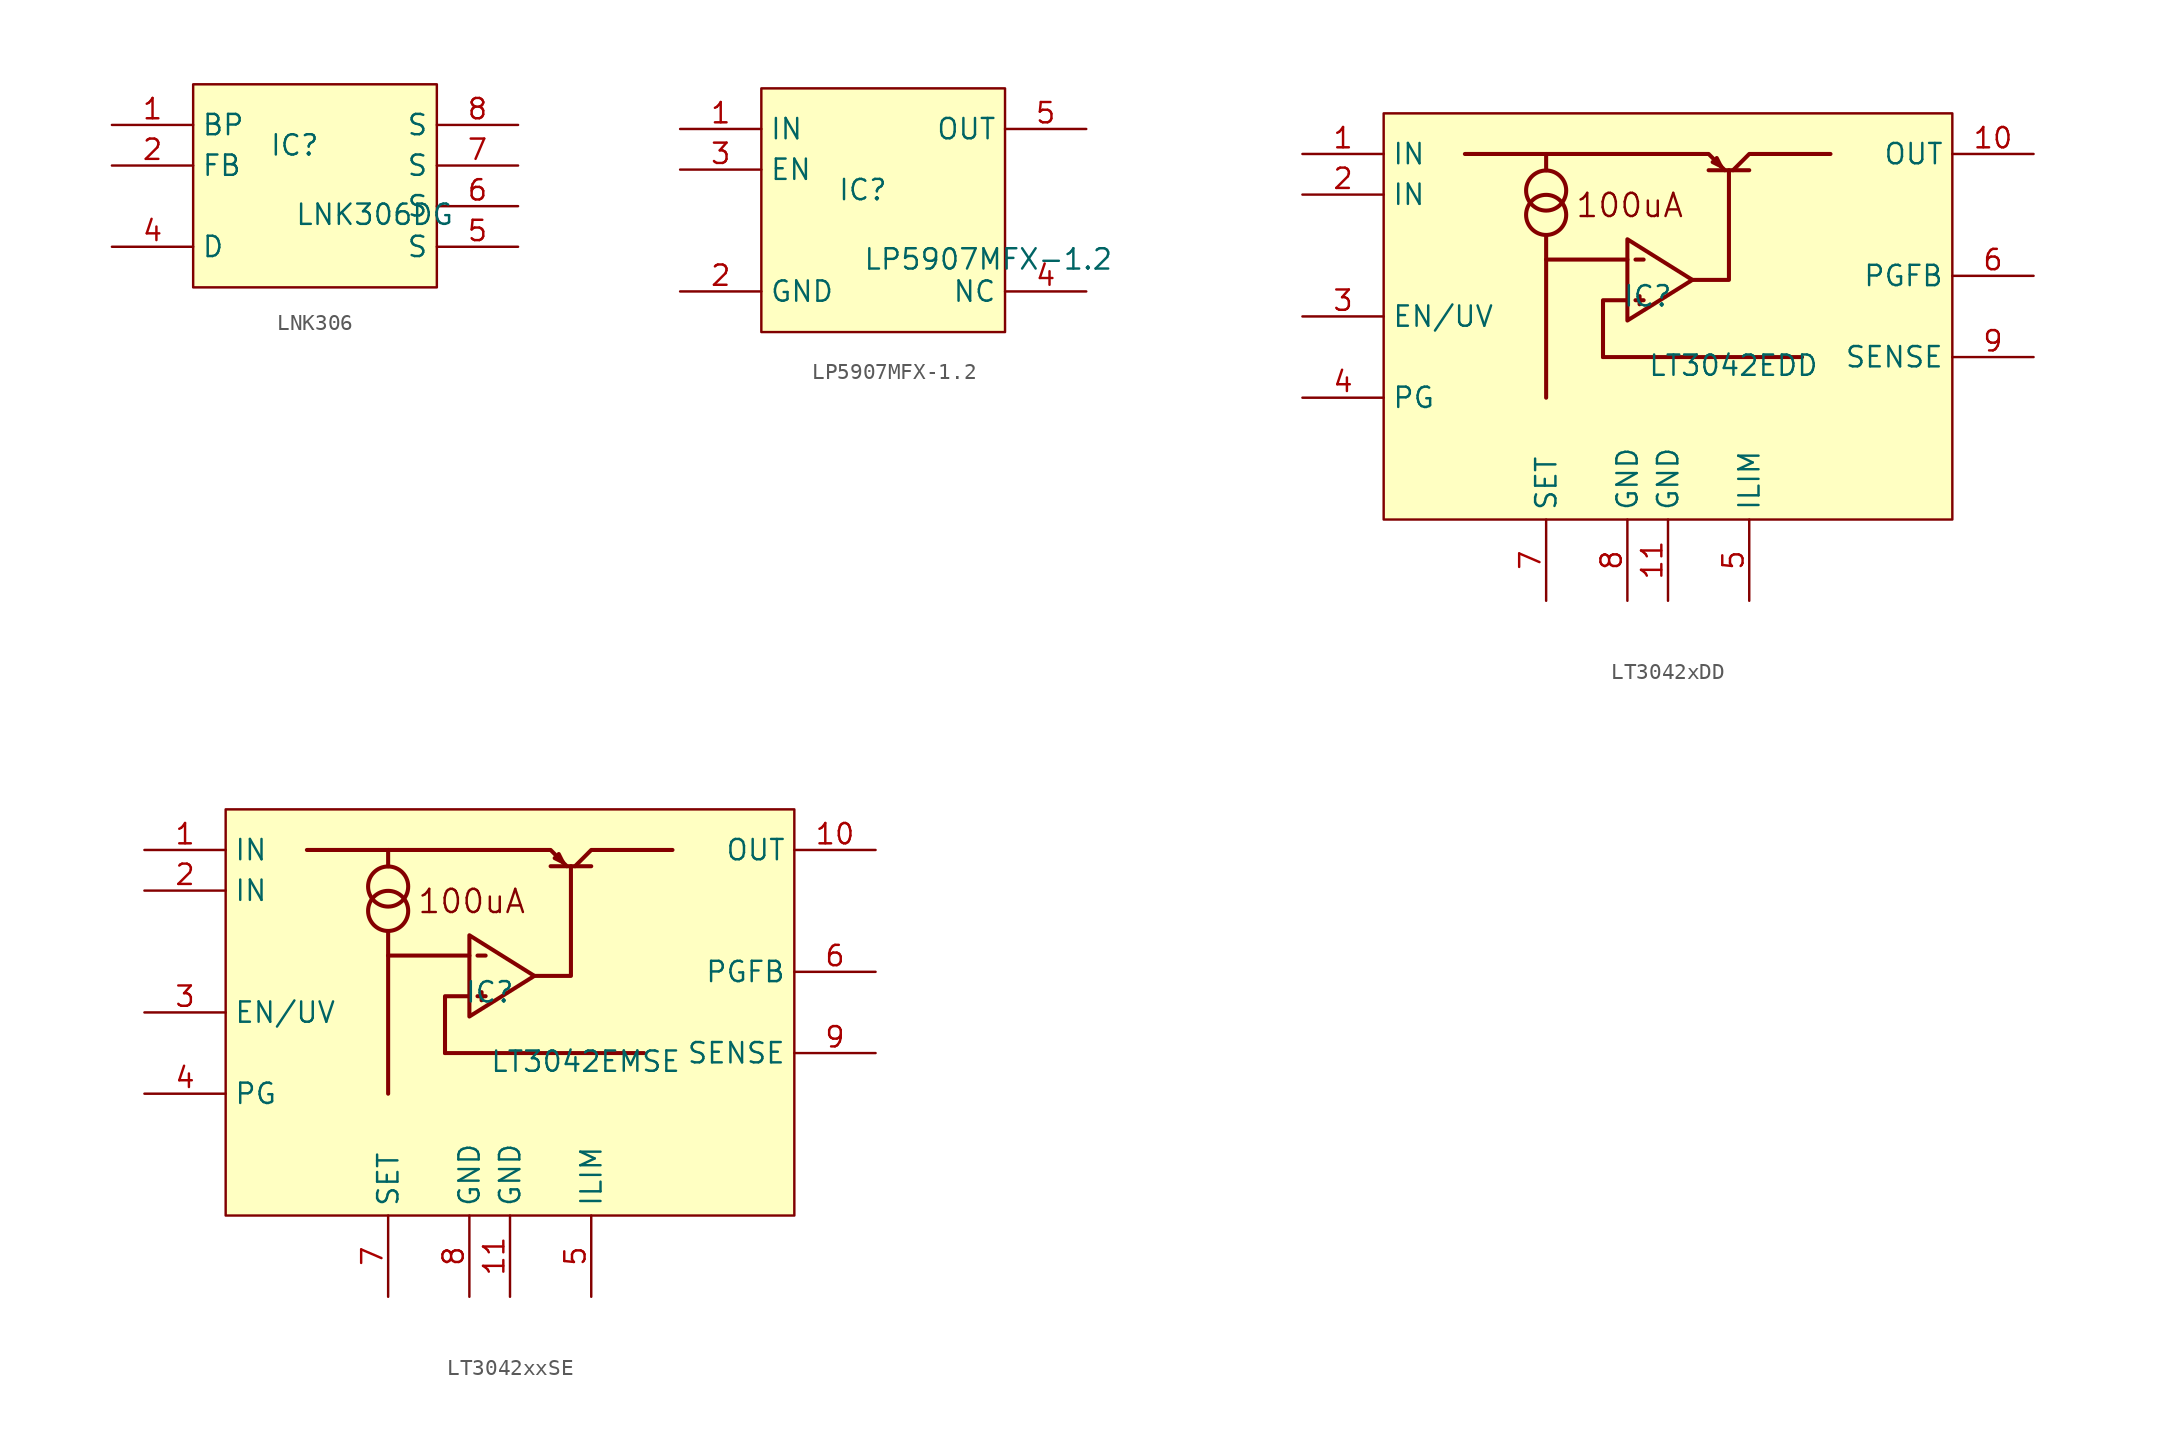
<source format=kicad_sym>
(kicad_symbol_lib
  (version 20231120)
  (generator "kicad_symbol_editor")
  (generator_version "8.0")
  (symbol "LNK306"
    (property "Reference" "IC"
      (at -1.27 1.27 0)
      (effects (font (size 1.27 1.27))))
    (property "Value" "LNK306DG"
      (at -1.27 -3.81 0)
      (effects (font (size 1.27 1.27)) (justify left bottom)))
    (symbol "LNK306_1_0"
      (rectangle (start -7.62 5.08) (end 7.62 -7.62) (stroke (width 0) (type solid) (color 128 0 0 1)) (fill (type background)))
      (pin passive line (at -12.7 2.54 0) (length 5.08) (name "BP" (effects (font (size 1.27 1.27)))) (number "1" (effects (font (size 1.27 1.27)))))
      (pin passive line (at -12.7 0 0) (length 5.08) (name "FB" (effects (font (size 1.27 1.27)))) (number "2" (effects (font (size 1.27 1.27)))))
      (pin passive line (at -12.7 -5.08 0) (length 5.08) (name "D" (effects (font (size 1.27 1.27)))) (number "4" (effects (font (size 1.27 1.27)))))
      (pin passive line (at 12.7 -5.08 180) (length 5.08) (name "S" (effects (font (size 1.27 1.27)))) (number "5" (effects (font (size 1.27 1.27)))))
      (pin passive line (at 12.7 -2.54 180) (length 5.08) (name "S" (effects (font (size 1.27 1.27)))) (number "6" (effects (font (size 1.27 1.27)))))
      (pin passive line (at 12.7 0 180) (length 5.08) (name "S" (effects (font (size 1.27 1.27)))) (number "7" (effects (font (size 1.27 1.27)))))
      (pin passive line (at 12.7 2.54 180) (length 5.08) (name "S" (effects (font (size 1.27 1.27)))) (number "8" (effects (font (size 1.27 1.27)))))))
  (symbol "LP5907MFX-1.2"
    (property "Reference" "IC"
      (at -1.27 1.27 0)
      (effects (font (size 1.27 1.27))))
    (property "Value" "LP5907MFX-1.2"
      (at -1.27 -3.81 0)
      (effects (font (size 1.27 1.27)) (justify left bottom)))
    (symbol "LP5907MFX-1.2_1_0"
      (rectangle (start -7.62 7.62) (end 7.62 -7.62) (stroke (width 0) (type solid) (color 128 0 0 1)) (fill (type background)))
      (pin passive line (at -12.7 5.08 0) (length 5.08) (name "IN" (effects (font (size 1.27 1.27)))) (number "1" (effects (font (size 1.27 1.27)))))
      (pin passive line (at -12.7 -5.08 0) (length 5.08) (name "GND" (effects (font (size 1.27 1.27)))) (number "2" (effects (font (size 1.27 1.27)))))
      (pin passive line (at -12.7 2.54 0) (length 5.08) (name "EN" (effects (font (size 1.27 1.27)))) (number "3" (effects (font (size 1.27 1.27)))))
      (pin passive line (at 12.7 -5.08 180) (length 5.08) (name "NC" (effects (font (size 1.27 1.27)))) (number "4" (effects (font (size 1.27 1.27)))))
      (pin passive line (at 12.7 5.08 180) (length 5.08) (name "OUT" (effects (font (size 1.27 1.27)))) (number "5" (effects (font (size 1.27 1.27)))))))
  (symbol "LT3042xDD"
    (property "Reference" "IC"
      (at -1.27 1.27 0)
      (effects (font (size 1.27 1.27))))
    (property "Value" "LT3042EDD"
      (at -1.27 -3.81 0)
      (effects (font (size 1.27 1.27)) (justify left bottom)))
    (symbol "LT3042xDD_1_0"
      (rectangle (start -17.78 12.7) (end 17.78 -12.7) (stroke (width 0) (type solid) (color 128 0 0 1)) (fill (type background)))
      (circle (center -7.62 6.35) (radius 1.254) (stroke (width 0.254) (type solid)) (fill (type none)))
      (circle (center -7.62 7.874) (radius 1.254) (stroke (width 0.254) (type solid)) (fill (type none)))
      (polyline (pts (xy -7.62 5.08) (xy -7.62 -5.08)) (stroke (width 0.254) (type solid)) (fill (type none)))
      (polyline (pts (xy -4.064 -2.54) (xy 8.382 -2.54)) (stroke (width 0.254) (type solid)) (fill (type none)))
      (polyline (pts (xy -2.54 3.556) (xy -7.62 3.556)) (stroke (width 0.254) (type solid)) (fill (type none)))
      (polyline (pts (xy -2.032 1.016) (xy -1.524 1.016)) (stroke (width 0.254) (type solid)) (fill (type none)))
      (polyline (pts (xy -2.032 3.556) (xy -1.524 3.556)) (stroke (width 0.254) (type solid)) (fill (type none)))
      (polyline (pts (xy -1.778 1.27) (xy -1.778 0.762)) (stroke (width 0.254) (type solid)) (fill (type none)))
      (polyline (pts (xy 3.302 9.398) (xy 2.794 9.652)) (stroke (width 0.254) (type solid)) (fill (type none)))
      (polyline (pts (xy 3.302 9.398) (xy 3.048 9.906)) (stroke (width 0.254) (type solid)) (fill (type none)))
      (polyline (pts (xy 5.08 9.144) (xy 2.54 9.144)) (stroke (width 0.254) (type solid)) (fill (type none)))
      (polyline (pts (xy -12.7 10.16) (xy -7.62 10.16) (xy -7.62 9.144)) (stroke (width 0.254) (type solid)) (fill (type none)))
      (polyline (pts (xy -2.54 1.016) (xy -4.064 1.016) (xy -4.064 -2.54)) (stroke (width 0.254) (type solid)) (fill (type none)))
      (polyline (pts (xy 3.556 9.144) (xy 2.54 10.16) (xy -7.62 10.16)) (stroke (width 0.254) (type solid)) (fill (type none)))
      (polyline (pts (xy 3.81 9.144) (xy 3.81 2.286) (xy 1.524 2.286)) (stroke (width 0.254) (type solid)) (fill (type none)))
      (polyline (pts (xy 4.064 9.144) (xy 5.08 10.16) (xy 10.16 10.16)) (stroke (width 0.254) (type solid)) (fill (type none)))
      (polyline (pts (xy -2.54 4.826) (xy -2.54 -0.254) (xy 1.524 2.286) (xy -2.54 4.826)) (stroke (width 0.254) (type solid)) (fill (type none)))
      (text "100uA" (at -5.842 6.096 0) (effects (font (size 1.448 1.448)) (justify left bottom)))
      (pin power_in line (at -22.86 10.16 0) (length 5.08) (name "IN" (effects (font (size 1.27 1.27)))) (number "1" (effects (font (size 1.27 1.27)))))
      (pin passive line (at 22.86 10.16 180) (length 5.08) (name "OUT" (effects (font (size 1.27 1.27)))) (number "10" (effects (font (size 1.27 1.27)))))
      (pin passive line (at 0 -17.78 90) (length 5.08) (name "GND" (effects (font (size 1.27 1.27)))) (number "11" (effects (font (size 1.27 1.27)))))
      (pin power_in line (at -22.86 7.62 0) (length 5.08) (name "IN" (effects (font (size 1.27 1.27)))) (number "2" (effects (font (size 1.27 1.27)))))
      (pin input line (at -22.86 0 0) (length 5.08) (name "EN/UV" (effects (font (size 1.27 1.27)))) (number "3" (effects (font (size 1.27 1.27)))))
      (pin output line (at -22.86 -5.08 0) (length 5.08) (name "PG" (effects (font (size 1.27 1.27)))) (number "4" (effects (font (size 1.27 1.27)))))
      (pin passive line (at 5.08 -17.78 90) (length 5.08) (name "ILIM" (effects (font (size 1.27 1.27)))) (number "5" (effects (font (size 1.27 1.27)))))
      (pin input line (at 22.86 2.54 180) (length 5.08) (name "PGFB" (effects (font (size 1.27 1.27)))) (number "6" (effects (font (size 1.27 1.27)))))
      (pin output line (at -7.62 -17.78 90) (length 5.08) (name "SET" (effects (font (size 1.27 1.27)))) (number "7" (effects (font (size 1.27 1.27)))))
      (pin passive line (at -2.54 -17.78 90) (length 5.08) (name "GND" (effects (font (size 1.27 1.27)))) (number "8" (effects (font (size 1.27 1.27)))))
      (pin passive line (at 22.86 -2.54 180) (length 5.08) (name "SENSE" (effects (font (size 1.27 1.27)))) (number "9" (effects (font (size 1.27 1.27)))))))
  (symbol "LT3042xxSE"
    (property "Reference" "IC"
      (at -1.27 1.27 0)
      (effects (font (size 1.27 1.27))))
    (property "Value" "LT3042EMSE"
      (at -1.27 -3.81 0)
      (effects (font (size 1.27 1.27)) (justify left bottom)))
    (symbol "LT3042xxSE_1_0"
      (rectangle (start -17.78 12.7) (end 17.78 -12.7) (stroke (width 0) (type solid) (color 128 0 0 1)) (fill (type background)))
      (circle (center -7.62 6.35) (radius 1.254) (stroke (width 0.254) (type solid)) (fill (type none)))
      (circle (center -7.62 7.874) (radius 1.254) (stroke (width 0.254) (type solid)) (fill (type none)))
      (polyline (pts (xy -7.62 5.08) (xy -7.62 -5.08)) (stroke (width 0.254) (type solid)) (fill (type none)))
      (polyline (pts (xy -4.064 -2.54) (xy 8.382 -2.54)) (stroke (width 0.254) (type solid)) (fill (type none)))
      (polyline (pts (xy -2.54 3.556) (xy -7.62 3.556)) (stroke (width 0.254) (type solid)) (fill (type none)))
      (polyline (pts (xy -2.032 1.016) (xy -1.524 1.016)) (stroke (width 0.254) (type solid)) (fill (type none)))
      (polyline (pts (xy -2.032 3.556) (xy -1.524 3.556)) (stroke (width 0.254) (type solid)) (fill (type none)))
      (polyline (pts (xy -1.778 1.27) (xy -1.778 0.762)) (stroke (width 0.254) (type solid)) (fill (type none)))
      (polyline (pts (xy 3.302 9.398) (xy 2.794 9.652)) (stroke (width 0.254) (type solid)) (fill (type none)))
      (polyline (pts (xy 3.302 9.398) (xy 3.048 9.906)) (stroke (width 0.254) (type solid)) (fill (type none)))
      (polyline (pts (xy 5.08 9.144) (xy 2.54 9.144)) (stroke (width 0.254) (type solid)) (fill (type none)))
      (polyline (pts (xy -12.7 10.16) (xy -7.62 10.16) (xy -7.62 9.144)) (stroke (width 0.254) (type solid)) (fill (type none)))
      (polyline (pts (xy -2.54 1.016) (xy -4.064 1.016) (xy -4.064 -2.54)) (stroke (width 0.254) (type solid)) (fill (type none)))
      (polyline (pts (xy 3.556 9.144) (xy 2.54 10.16) (xy -7.62 10.16)) (stroke (width 0.254) (type solid)) (fill (type none)))
      (polyline (pts (xy 3.81 9.144) (xy 3.81 2.286) (xy 1.524 2.286)) (stroke (width 0.254) (type solid)) (fill (type none)))
      (polyline (pts (xy 4.064 9.144) (xy 5.08 10.16) (xy 10.16 10.16)) (stroke (width 0.254) (type solid)) (fill (type none)))
      (polyline (pts (xy -2.54 4.826) (xy -2.54 -0.254) (xy 1.524 2.286) (xy -2.54 4.826)) (stroke (width 0.254) (type solid)) (fill (type none)))
      (text "100uA" (at -5.842 6.096 0) (effects (font (size 1.448 1.448)) (justify left bottom)))
      (pin power_in line (at -22.86 10.16 0) (length 5.08) (name "IN" (effects (font (size 1.27 1.27)))) (number "1" (effects (font (size 1.27 1.27)))))
      (pin passive line (at 22.86 10.16 180) (length 5.08) (name "OUT" (effects (font (size 1.27 1.27)))) (number "10" (effects (font (size 1.27 1.27)))))
      (pin passive line (at 0 -17.78 90) (length 5.08) (name "GND" (effects (font (size 1.27 1.27)))) (number "11" (effects (font (size 1.27 1.27)))))
      (pin power_in line (at -22.86 7.62 0) (length 5.08) (name "IN" (effects (font (size 1.27 1.27)))) (number "2" (effects (font (size 1.27 1.27)))))
      (pin input line (at -22.86 0 0) (length 5.08) (name "EN/UV" (effects (font (size 1.27 1.27)))) (number "3" (effects (font (size 1.27 1.27)))))
      (pin output line (at -22.86 -5.08 0) (length 5.08) (name "PG" (effects (font (size 1.27 1.27)))) (number "4" (effects (font (size 1.27 1.27)))))
      (pin passive line (at 5.08 -17.78 90) (length 5.08) (name "ILIM" (effects (font (size 1.27 1.27)))) (number "5" (effects (font (size 1.27 1.27)))))
      (pin input line (at 22.86 2.54 180) (length 5.08) (name "PGFB" (effects (font (size 1.27 1.27)))) (number "6" (effects (font (size 1.27 1.27)))))
      (pin output line (at -7.62 -17.78 90) (length 5.08) (name "SET" (effects (font (size 1.27 1.27)))) (number "7" (effects (font (size 1.27 1.27)))))
      (pin passive line (at -2.54 -17.78 90) (length 5.08) (name "GND" (effects (font (size 1.27 1.27)))) (number "8" (effects (font (size 1.27 1.27)))))
      (pin passive line (at 22.86 -2.54 180) (length 5.08) (name "SENSE" (effects (font (size 1.27 1.27)))) (number "9" (effects (font (size 1.27 1.27))))))))
</source>
